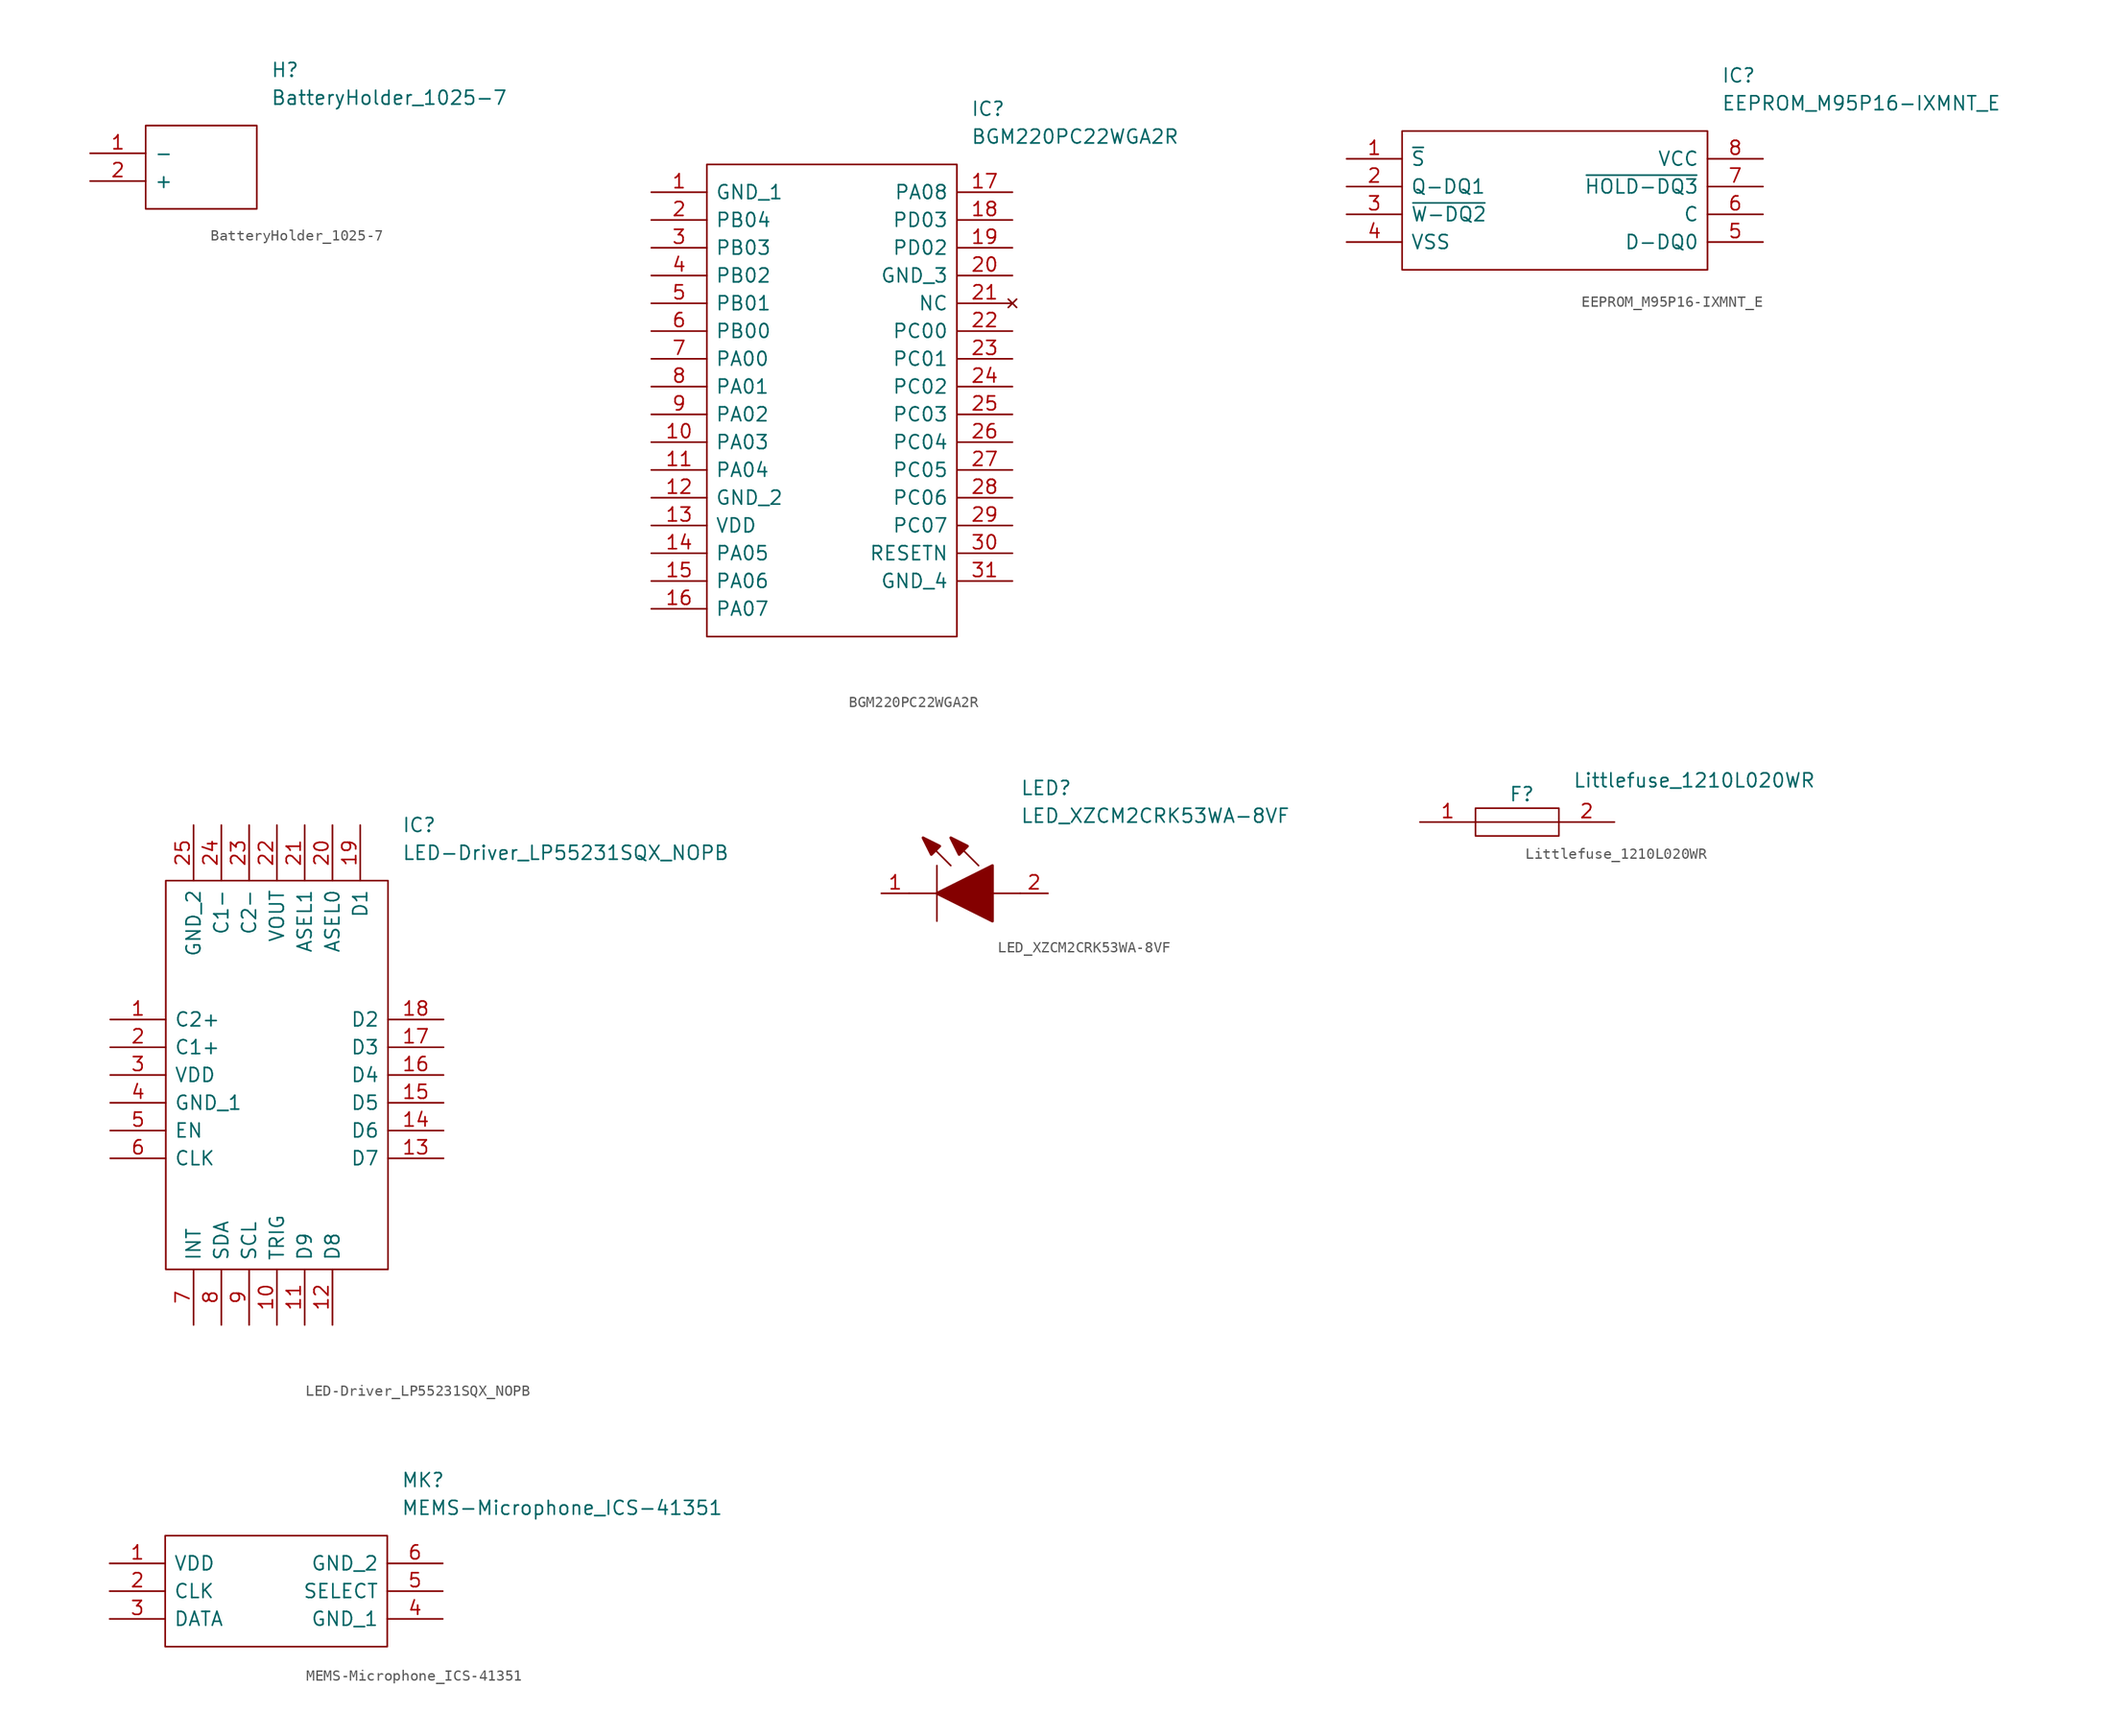
<source format=kicad_sym>
(kicad_symbol_lib
  (version 20231120)
  (generator "kicad_symbol_editor")
  (generator_version "8.0")
  (symbol "BatteryHolder_1025-7"
    (pin_names
      (offset 0.762))
    (property "Reference" "H"
      (at 16.51 7.62 0)
      (effects (font (size 1.27 1.27)) (justify left)))
    (property "Value" "BatteryHolder_1025-7"
      (at 16.51 5.08 0)
      (effects (font (size 1.27 1.27)) (justify left)))
    (symbol "BatteryHolder_1025-7_0_0"
      (pin passive line (at 0 0 0) (length 5.08) (name "-" (effects (font (size 1.27 1.27)))) (number "1" (effects (font (size 1.27 1.27)))))
      (pin passive line (at 0 -2.54 0) (length 5.08) (name "+" (effects (font (size 1.27 1.27)))) (number "2" (effects (font (size 1.27 1.27))))))
    (symbol "BatteryHolder_1025-7_0_1"
      (polyline (pts (xy 5.08 2.54) (xy 15.24 2.54) (xy 15.24 -5.08) (xy 5.08 -5.08) (xy 5.08 2.54)) (stroke (width 0.152) (type solid)) (fill (type none)))))
  (symbol "BGM220PC22WGA2R"
    (pin_names
      (offset 0.762))
    (property "Reference" "IC"
      (at 29.21 7.62 0)
      (effects (font (size 1.27 1.27)) (justify left)))
    (property "Value" "BGM220PC22WGA2R"
      (at 29.21 5.08 0)
      (effects (font (size 1.27 1.27)) (justify left)))
    (symbol "BGM220PC22WGA2R_0_0"
      (pin passive line (at 0 0 0) (length 5.08) (name "GND_1" (effects (font (size 1.27 1.27)))) (number "1" (effects (font (size 1.27 1.27)))))
      (pin passive line (at 0 -22.86 0) (length 5.08) (name "PA03" (effects (font (size 1.27 1.27)))) (number "10" (effects (font (size 1.27 1.27)))))
      (pin passive line (at 0 -25.4 0) (length 5.08) (name "PA04" (effects (font (size 1.27 1.27)))) (number "11" (effects (font (size 1.27 1.27)))))
      (pin passive line (at 0 -27.94 0) (length 5.08) (name "GND_2" (effects (font (size 1.27 1.27)))) (number "12" (effects (font (size 1.27 1.27)))))
      (pin passive line (at 0 -30.48 0) (length 5.08) (name "VDD" (effects (font (size 1.27 1.27)))) (number "13" (effects (font (size 1.27 1.27)))))
      (pin passive line (at 0 -33.02 0) (length 5.08) (name "PA05" (effects (font (size 1.27 1.27)))) (number "14" (effects (font (size 1.27 1.27)))))
      (pin passive line (at 0 -35.56 0) (length 5.08) (name "PA06" (effects (font (size 1.27 1.27)))) (number "15" (effects (font (size 1.27 1.27)))))
      (pin passive line (at 0 -38.1 0) (length 5.08) (name "PA07" (effects (font (size 1.27 1.27)))) (number "16" (effects (font (size 1.27 1.27)))))
      (pin passive line (at 33.02 0 180) (length 5.08) (name "PA08" (effects (font (size 1.27 1.27)))) (number "17" (effects (font (size 1.27 1.27)))))
      (pin passive line (at 33.02 -2.54 180) (length 5.08) (name "PD03" (effects (font (size 1.27 1.27)))) (number "18" (effects (font (size 1.27 1.27)))))
      (pin passive line (at 33.02 -5.08 180) (length 5.08) (name "PD02" (effects (font (size 1.27 1.27)))) (number "19" (effects (font (size 1.27 1.27)))))
      (pin passive line (at 0 -2.54 0) (length 5.08) (name "PB04" (effects (font (size 1.27 1.27)))) (number "2" (effects (font (size 1.27 1.27)))))
      (pin passive line (at 33.02 -7.62 180) (length 5.08) (name "GND_3" (effects (font (size 1.27 1.27)))) (number "20" (effects (font (size 1.27 1.27)))))
      (pin no_connect line (at 33.02 -10.16 180) (length 5.08) (name "NC" (effects (font (size 1.27 1.27)))) (number "21" (effects (font (size 1.27 1.27)))))
      (pin passive line (at 33.02 -12.7 180) (length 5.08) (name "PC00" (effects (font (size 1.27 1.27)))) (number "22" (effects (font (size 1.27 1.27)))))
      (pin passive line (at 33.02 -15.24 180) (length 5.08) (name "PC01" (effects (font (size 1.27 1.27)))) (number "23" (effects (font (size 1.27 1.27)))))
      (pin passive line (at 33.02 -17.78 180) (length 5.08) (name "PC02" (effects (font (size 1.27 1.27)))) (number "24" (effects (font (size 1.27 1.27)))))
      (pin passive line (at 33.02 -20.32 180) (length 5.08) (name "PC03" (effects (font (size 1.27 1.27)))) (number "25" (effects (font (size 1.27 1.27)))))
      (pin passive line (at 33.02 -22.86 180) (length 5.08) (name "PC04" (effects (font (size 1.27 1.27)))) (number "26" (effects (font (size 1.27 1.27)))))
      (pin passive line (at 33.02 -25.4 180) (length 5.08) (name "PC05" (effects (font (size 1.27 1.27)))) (number "27" (effects (font (size 1.27 1.27)))))
      (pin passive line (at 33.02 -27.94 180) (length 5.08) (name "PC06" (effects (font (size 1.27 1.27)))) (number "28" (effects (font (size 1.27 1.27)))))
      (pin passive line (at 33.02 -30.48 180) (length 5.08) (name "PC07" (effects (font (size 1.27 1.27)))) (number "29" (effects (font (size 1.27 1.27)))))
      (pin passive line (at 0 -5.08 0) (length 5.08) (name "PB03" (effects (font (size 1.27 1.27)))) (number "3" (effects (font (size 1.27 1.27)))))
      (pin passive line (at 33.02 -33.02 180) (length 5.08) (name "RESETN" (effects (font (size 1.27 1.27)))) (number "30" (effects (font (size 1.27 1.27)))))
      (pin passive line (at 33.02 -35.56 180) (length 5.08) (name "GND_4" (effects (font (size 1.27 1.27)))) (number "31" (effects (font (size 1.27 1.27)))))
      (pin passive line (at 0 -7.62 0) (length 5.08) (name "PB02" (effects (font (size 1.27 1.27)))) (number "4" (effects (font (size 1.27 1.27)))))
      (pin passive line (at 0 -10.16 0) (length 5.08) (name "PB01" (effects (font (size 1.27 1.27)))) (number "5" (effects (font (size 1.27 1.27)))))
      (pin passive line (at 0 -12.7 0) (length 5.08) (name "PB00" (effects (font (size 1.27 1.27)))) (number "6" (effects (font (size 1.27 1.27)))))
      (pin passive line (at 0 -15.24 0) (length 5.08) (name "PA00" (effects (font (size 1.27 1.27)))) (number "7" (effects (font (size 1.27 1.27)))))
      (pin passive line (at 0 -17.78 0) (length 5.08) (name "PA01" (effects (font (size 1.27 1.27)))) (number "8" (effects (font (size 1.27 1.27)))))
      (pin passive line (at 0 -20.32 0) (length 5.08) (name "PA02" (effects (font (size 1.27 1.27)))) (number "9" (effects (font (size 1.27 1.27))))))
    (symbol "BGM220PC22WGA2R_0_1"
      (polyline (pts (xy 5.08 2.54) (xy 27.94 2.54) (xy 27.94 -40.64) (xy 5.08 -40.64) (xy 5.08 2.54)) (stroke (width 0.152) (type solid)) (fill (type none)))))
  (symbol "EEPROM_M95P16-IXMNT_E"
    (pin_names
      (offset 0.762))
    (property "Reference" "IC"
      (at 34.29 7.62 0)
      (effects (font (size 1.27 1.27)) (justify left)))
    (property "Value" "EEPROM_M95P16-IXMNT_E"
      (at 34.29 5.08 0)
      (effects (font (size 1.27 1.27)) (justify left)))
    (symbol "EEPROM_M95P16-IXMNT_E_0_0"
      (pin passive line (at 0 0 0) (length 5.08) (name "~{S}" (effects (font (size 1.27 1.27)))) (number "1" (effects (font (size 1.27 1.27)))))
      (pin passive line (at 0 -2.54 0) (length 5.08) (name "Q-DQ1" (effects (font (size 1.27 1.27)))) (number "2" (effects (font (size 1.27 1.27)))))
      (pin passive line (at 0 -5.08 0) (length 5.08) (name "~{W-DQ2}" (effects (font (size 1.27 1.27)))) (number "3" (effects (font (size 1.27 1.27)))))
      (pin passive line (at 0 -7.62 0) (length 5.08) (name "VSS" (effects (font (size 1.27 1.27)))) (number "4" (effects (font (size 1.27 1.27)))))
      (pin passive line (at 38.1 -7.62 180) (length 5.08) (name "D-DQ0" (effects (font (size 1.27 1.27)))) (number "5" (effects (font (size 1.27 1.27)))))
      (pin passive line (at 38.1 -5.08 180) (length 5.08) (name "C" (effects (font (size 1.27 1.27)))) (number "6" (effects (font (size 1.27 1.27)))))
      (pin passive line (at 38.1 -2.54 180) (length 5.08) (name "~{HOLD-DQ3}" (effects (font (size 1.27 1.27)))) (number "7" (effects (font (size 1.27 1.27)))))
      (pin passive line (at 38.1 0 180) (length 5.08) (name "VCC" (effects (font (size 1.27 1.27)))) (number "8" (effects (font (size 1.27 1.27))))))
    (symbol "EEPROM_M95P16-IXMNT_E_0_1"
      (polyline (pts (xy 5.08 2.54) (xy 33.02 2.54) (xy 33.02 -10.16) (xy 5.08 -10.16) (xy 5.08 2.54)) (stroke (width 0.152) (type solid)) (fill (type none)))))
  (symbol "LED-Driver_LP55231SQX_NOPB"
    (pin_names
      (offset 0.762))
    (property "Reference" "IC"
      (at 26.67 17.78 0)
      (effects (font (size 1.27 1.27)) (justify left)))
    (property "Value" "LED-Driver_LP55231SQX_NOPB"
      (at 26.67 15.24 0)
      (effects (font (size 1.27 1.27)) (justify left)))
    (symbol "LED-Driver_LP55231SQX_NOPB_0_0"
      (pin passive line (at 0 0 0) (length 5.08) (name "C2+" (effects (font (size 1.27 1.27)))) (number "1" (effects (font (size 1.27 1.27)))))
      (pin passive line (at 15.24 -27.94 90) (length 5.08) (name "TRIG" (effects (font (size 1.27 1.27)))) (number "10" (effects (font (size 1.27 1.27)))))
      (pin passive line (at 17.78 -27.94 90) (length 5.08) (name "D9" (effects (font (size 1.27 1.27)))) (number "11" (effects (font (size 1.27 1.27)))))
      (pin passive line (at 20.32 -27.94 90) (length 5.08) (name "D8" (effects (font (size 1.27 1.27)))) (number "12" (effects (font (size 1.27 1.27)))))
      (pin passive line (at 30.48 -12.7 180) (length 5.08) (name "D7" (effects (font (size 1.27 1.27)))) (number "13" (effects (font (size 1.27 1.27)))))
      (pin passive line (at 30.48 -10.16 180) (length 5.08) (name "D6" (effects (font (size 1.27 1.27)))) (number "14" (effects (font (size 1.27 1.27)))))
      (pin passive line (at 30.48 -7.62 180) (length 5.08) (name "D5" (effects (font (size 1.27 1.27)))) (number "15" (effects (font (size 1.27 1.27)))))
      (pin passive line (at 30.48 -5.08 180) (length 5.08) (name "D4" (effects (font (size 1.27 1.27)))) (number "16" (effects (font (size 1.27 1.27)))))
      (pin passive line (at 30.48 -2.54 180) (length 5.08) (name "D3" (effects (font (size 1.27 1.27)))) (number "17" (effects (font (size 1.27 1.27)))))
      (pin passive line (at 30.48 0 180) (length 5.08) (name "D2" (effects (font (size 1.27 1.27)))) (number "18" (effects (font (size 1.27 1.27)))))
      (pin passive line (at 22.86 17.78 270) (length 5.08) (name "D1" (effects (font (size 1.27 1.27)))) (number "19" (effects (font (size 1.27 1.27)))))
      (pin passive line (at 0 -2.54 0) (length 5.08) (name "C1+" (effects (font (size 1.27 1.27)))) (number "2" (effects (font (size 1.27 1.27)))))
      (pin passive line (at 20.32 17.78 270) (length 5.08) (name "ASEL0" (effects (font (size 1.27 1.27)))) (number "20" (effects (font (size 1.27 1.27)))))
      (pin passive line (at 17.78 17.78 270) (length 5.08) (name "ASEL1" (effects (font (size 1.27 1.27)))) (number "21" (effects (font (size 1.27 1.27)))))
      (pin passive line (at 15.24 17.78 270) (length 5.08) (name "VOUT" (effects (font (size 1.27 1.27)))) (number "22" (effects (font (size 1.27 1.27)))))
      (pin passive line (at 12.7 17.78 270) (length 5.08) (name "C2-" (effects (font (size 1.27 1.27)))) (number "23" (effects (font (size 1.27 1.27)))))
      (pin passive line (at 10.16 17.78 270) (length 5.08) (name "C1-" (effects (font (size 1.27 1.27)))) (number "24" (effects (font (size 1.27 1.27)))))
      (pin passive line (at 7.62 17.78 270) (length 5.08) (name "GND_2" (effects (font (size 1.27 1.27)))) (number "25" (effects (font (size 1.27 1.27)))))
      (pin passive line (at 0 -5.08 0) (length 5.08) (name "VDD" (effects (font (size 1.27 1.27)))) (number "3" (effects (font (size 1.27 1.27)))))
      (pin passive line (at 0 -7.62 0) (length 5.08) (name "GND_1" (effects (font (size 1.27 1.27)))) (number "4" (effects (font (size 1.27 1.27)))))
      (pin passive line (at 0 -10.16 0) (length 5.08) (name "EN" (effects (font (size 1.27 1.27)))) (number "5" (effects (font (size 1.27 1.27)))))
      (pin passive line (at 0 -12.7 0) (length 5.08) (name "CLK" (effects (font (size 1.27 1.27)))) (number "6" (effects (font (size 1.27 1.27)))))
      (pin passive line (at 7.62 -27.94 90) (length 5.08) (name "INT" (effects (font (size 1.27 1.27)))) (number "7" (effects (font (size 1.27 1.27)))))
      (pin passive line (at 10.16 -27.94 90) (length 5.08) (name "SDA" (effects (font (size 1.27 1.27)))) (number "8" (effects (font (size 1.27 1.27)))))
      (pin passive line (at 12.7 -27.94 90) (length 5.08) (name "SCL" (effects (font (size 1.27 1.27)))) (number "9" (effects (font (size 1.27 1.27))))))
    (symbol "LED-Driver_LP55231SQX_NOPB_0_1"
      (polyline (pts (xy 5.08 12.7) (xy 25.4 12.7) (xy 25.4 -22.86) (xy 5.08 -22.86) (xy 5.08 12.7)) (stroke (width 0.152) (type solid)) (fill (type none)))))
  (symbol "LED_XZCM2CRK53WA-8VF"
    (pin_names
      (offset 0.762))
    (property "Reference" "LED"
      (at 12.7 8.89 0)
      (effects (font (size 1.27 1.27)) (justify left bottom)))
    (property "Value" "LED_XZCM2CRK53WA-8VF"
      (at 12.7 6.35 0)
      (effects (font (size 1.27 1.27)) (justify left bottom)))
    (symbol "LED_XZCM2CRK53WA-8VF_0_0"
      (pin passive line (at 0 0 0) (length 2.54) (name "~" (effects (font (size 1.27 1.27)))) (number "1" (effects (font (size 1.27 1.27)))))
      (pin passive line (at 15.24 0 180) (length 2.54) (name "~" (effects (font (size 1.27 1.27)))) (number "2" (effects (font (size 1.27 1.27))))))
    (symbol "LED_XZCM2CRK53WA-8VF_0_1"
      (polyline (pts (xy 2.54 0) (xy 5.08 0)) (stroke (width 0.152) (type solid)) (fill (type none)))
      (polyline (pts (xy 5.08 2.54) (xy 5.08 -2.54)) (stroke (width 0.152) (type solid)) (fill (type none)))
      (polyline (pts (xy 6.35 2.54) (xy 3.81 5.08)) (stroke (width 0.152) (type solid)) (fill (type none)))
      (polyline (pts (xy 8.89 2.54) (xy 6.35 5.08)) (stroke (width 0.152) (type solid)) (fill (type none)))
      (polyline (pts (xy 10.16 0) (xy 12.7 0)) (stroke (width 0.152) (type solid)) (fill (type none)))
      (polyline (pts (xy 5.08 0) (xy 10.16 2.54) (xy 10.16 -2.54) (xy 5.08 0)) (stroke (width 0.254) (type solid)) (fill (type outline)))
      (polyline (pts (xy 5.334 4.318) (xy 4.572 3.556) (xy 3.81 5.08) (xy 5.334 4.318)) (stroke (width 0.254) (type solid)) (fill (type outline)))
      (polyline (pts (xy 7.874 4.318) (xy 7.112 3.556) (xy 6.35 5.08) (xy 7.874 4.318)) (stroke (width 0.254) (type solid)) (fill (type outline)))))
  (symbol "Littlefuse_1210L020WR"
    (pin_names
      (offset 0.762))
    (property "Reference" "F"
      (at 8.128 2.54 0)
      (effects (font (size 1.27 1.27)) (justify left)))
    (property "Value" "Littlefuse_1210L020WR"
      (at 13.97 3.81 0)
      (effects (font (size 1.27 1.27)) (justify left)))
    (symbol "Littlefuse_1210L020WR_0_0"
      (pin passive line (at 0 0 0) (length 5.08) (name "~" (effects (font (size 1.27 1.27)))) (number "1" (effects (font (size 1.27 1.27)))))
      (pin passive line (at 17.78 0 180) (length 5.08) (name "~" (effects (font (size 1.27 1.27)))) (number "2" (effects (font (size 1.27 1.27))))))
    (symbol "Littlefuse_1210L020WR_0_1"
      (polyline (pts (xy 5.08 0) (xy 12.7 0)) (stroke (width 0.152) (type solid)) (fill (type none)))
      (polyline (pts (xy 5.08 1.27) (xy 12.7 1.27) (xy 12.7 -1.27) (xy 5.08 -1.27) (xy 5.08 1.27)) (stroke (width 0.152) (type solid)) (fill (type none)))))
  (symbol "MEMS-Microphone_ICS-41351"
    (pin_names
      (offset 0.762))
    (property "Reference" "MK"
      (at 26.67 7.62 0)
      (effects (font (size 1.27 1.27)) (justify left)))
    (property "Value" "MEMS-Microphone_ICS-41351"
      (at 26.67 5.08 0)
      (effects (font (size 1.27 1.27)) (justify left)))
    (symbol "MEMS-Microphone_ICS-41351_0_0"
      (pin passive line (at 0 0 0) (length 5.08) (name "VDD" (effects (font (size 1.27 1.27)))) (number "1" (effects (font (size 1.27 1.27)))))
      (pin passive line (at 0 -2.54 0) (length 5.08) (name "CLK" (effects (font (size 1.27 1.27)))) (number "2" (effects (font (size 1.27 1.27)))))
      (pin passive line (at 0 -5.08 0) (length 5.08) (name "DATA" (effects (font (size 1.27 1.27)))) (number "3" (effects (font (size 1.27 1.27)))))
      (pin passive line (at 30.48 -5.08 180) (length 5.08) (name "GND_1" (effects (font (size 1.27 1.27)))) (number "4" (effects (font (size 1.27 1.27)))))
      (pin passive line (at 30.48 -2.54 180) (length 5.08) (name "SELECT" (effects (font (size 1.27 1.27)))) (number "5" (effects (font (size 1.27 1.27)))))
      (pin passive line (at 30.48 0 180) (length 5.08) (name "GND_2" (effects (font (size 1.27 1.27)))) (number "6" (effects (font (size 1.27 1.27))))))
    (symbol "MEMS-Microphone_ICS-41351_0_1"
      (polyline (pts (xy 5.08 2.54) (xy 25.4 2.54) (xy 25.4 -7.62) (xy 5.08 -7.62) (xy 5.08 2.54)) (stroke (width 0.152) (type solid)) (fill (type none))))))
</source>
